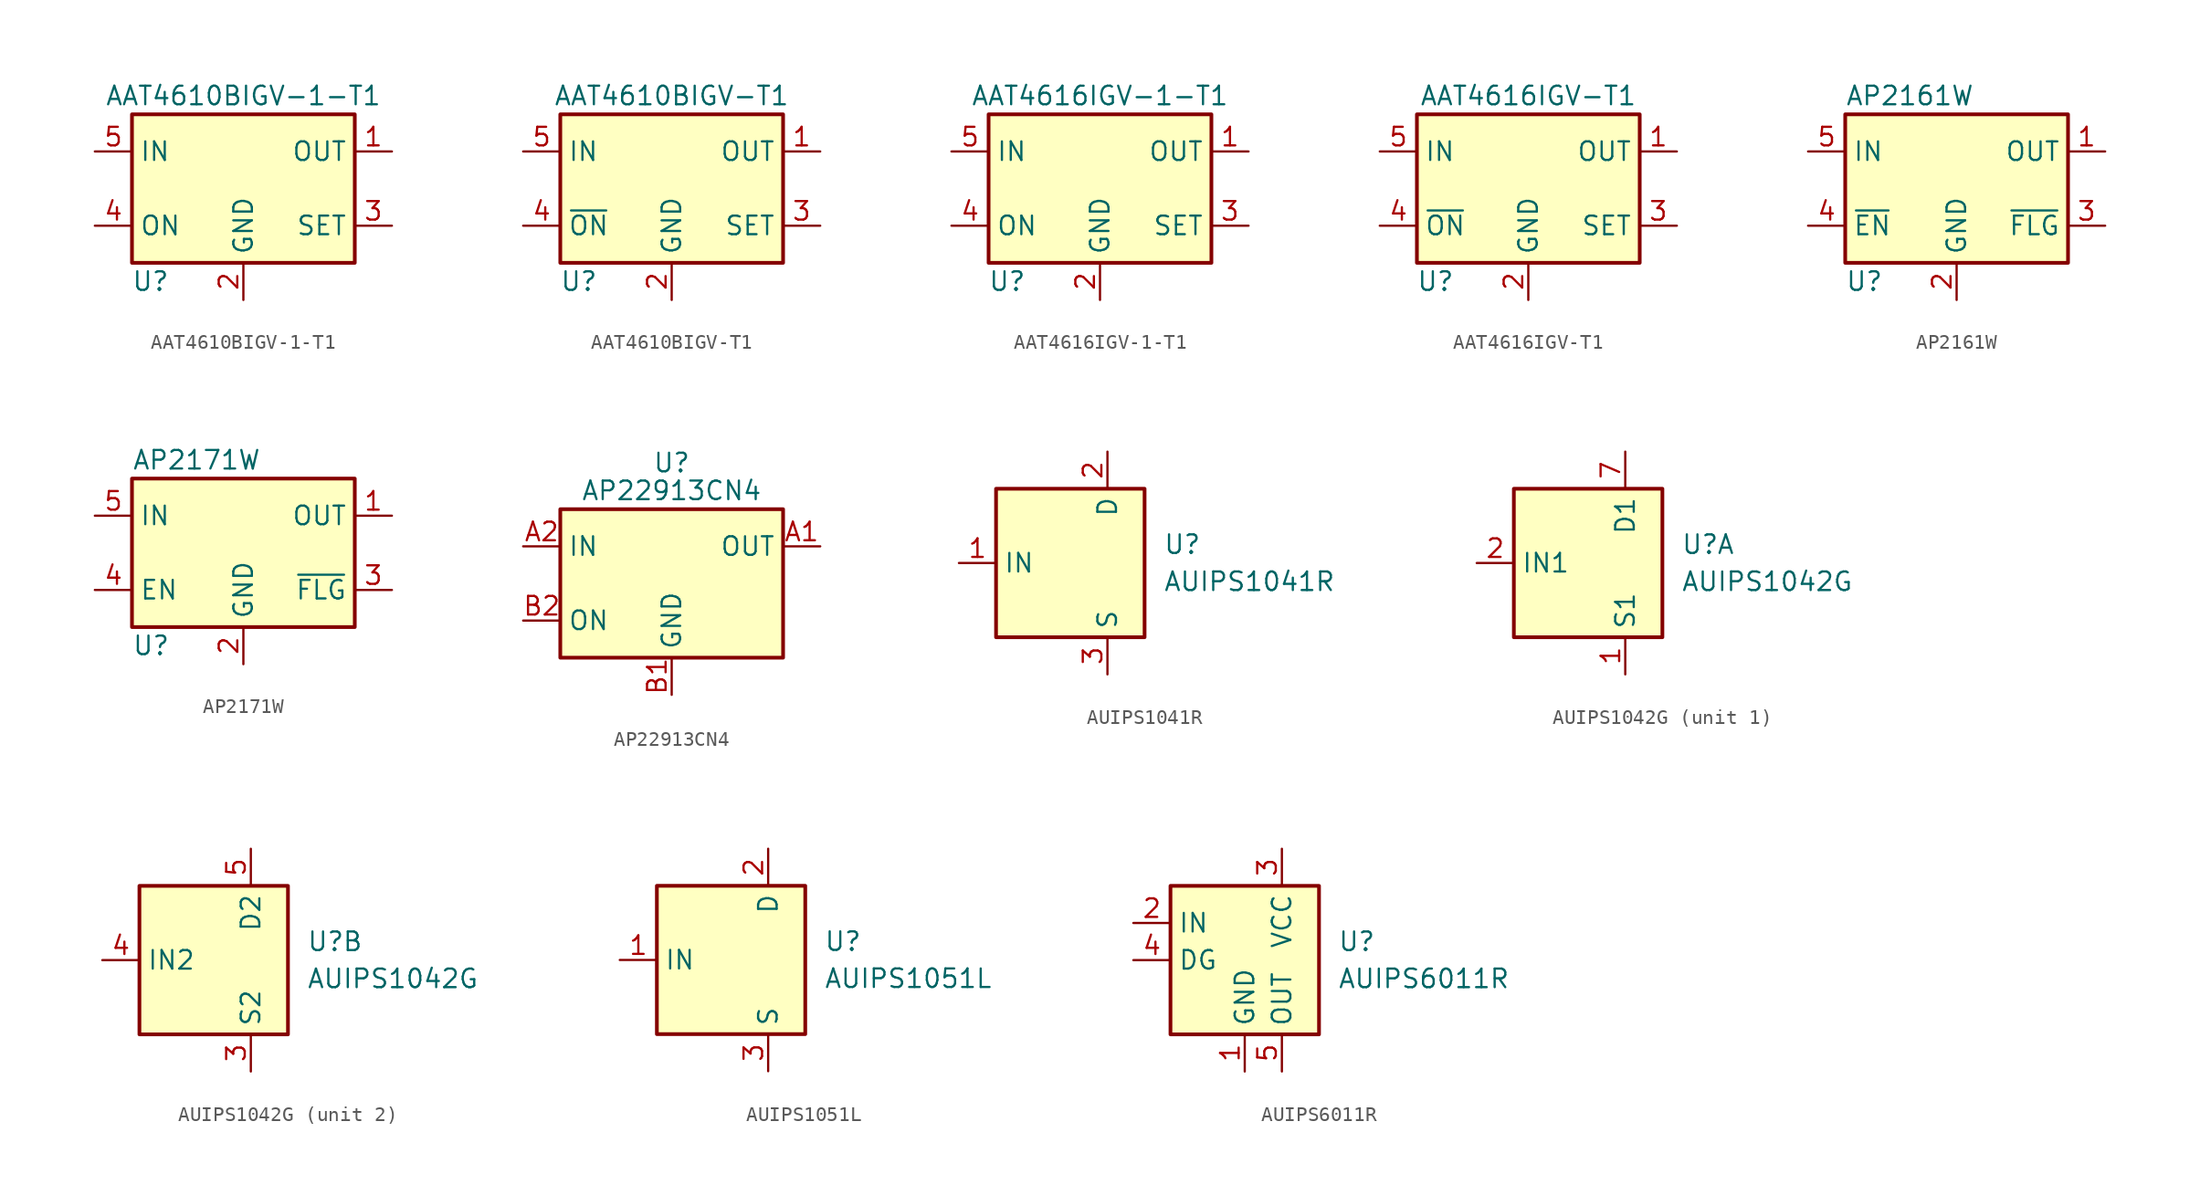
<source format=kicad_sym>
(kicad_symbol_lib
  (version 20201005)
  (generator kicad_symbol_editor)
  (symbol "Power_Management:AAT4610BIGV-1-T1"
    (property "Reference" "U"
      (at -6.35 -6.35 0)
      (effects (font (size 1.27 1.27))))
    (property "Value" "AAT4610BIGV-1-T1"
      (at 0 6.35 0)
      (effects (font (size 1.27 1.27))))
    (symbol "AAT4610BIGV-1-T1_0_1"
      (rectangle (start -7.62 5.08) (end 7.62 -5.08) (stroke (width 0.254)) (fill (type background))))
    (symbol "AAT4610BIGV-1-T1_1_1"
      (pin power_out line (at 10.16 2.54 180) (length 2.54) (name "OUT" (effects (font (size 1.27 1.27)))) (number "1" (effects (font (size 1.27 1.27)))))
      (pin power_in line (at 0 -7.62 90) (length 2.54) (name "GND" (effects (font (size 1.27 1.27)))) (number "2" (effects (font (size 1.27 1.27)))))
      (pin passive line (at 10.16 -2.54 180) (length 2.54) (name "SET" (effects (font (size 1.27 1.27)))) (number "3" (effects (font (size 1.27 1.27)))))
      (pin input line (at -10.16 -2.54 0) (length 2.54) (name "ON" (effects (font (size 1.27 1.27)))) (number "4" (effects (font (size 1.27 1.27)))))
      (pin power_in line (at -10.16 2.54 0) (length 2.54) (name "IN" (effects (font (size 1.27 1.27)))) (number "5" (effects (font (size 1.27 1.27)))))))
  (symbol "Power_Management:AAT4610BIGV-T1"
    (property "Reference" "U"
      (at -6.35 -6.35 0)
      (effects (font (size 1.27 1.27))))
    (property "Value" "AAT4610BIGV-T1"
      (at 0 6.35 0)
      (effects (font (size 1.27 1.27))))
    (symbol "AAT4610BIGV-T1_0_1"
      (rectangle (start -7.62 5.08) (end 7.62 -5.08) (stroke (width 0.254)) (fill (type background))))
    (symbol "AAT4610BIGV-T1_1_1"
      (pin power_out line (at 10.16 2.54 180) (length 2.54) (name "OUT" (effects (font (size 1.27 1.27)))) (number "1" (effects (font (size 1.27 1.27)))))
      (pin power_in line (at 0 -7.62 90) (length 2.54) (name "GND" (effects (font (size 1.27 1.27)))) (number "2" (effects (font (size 1.27 1.27)))))
      (pin passive line (at 10.16 -2.54 180) (length 2.54) (name "SET" (effects (font (size 1.27 1.27)))) (number "3" (effects (font (size 1.27 1.27)))))
      (pin input line (at -10.16 -2.54 0) (length 2.54) (name "~ON" (effects (font (size 1.27 1.27)))) (number "4" (effects (font (size 1.27 1.27)))))
      (pin power_in line (at -10.16 2.54 0) (length 2.54) (name "IN" (effects (font (size 1.27 1.27)))) (number "5" (effects (font (size 1.27 1.27)))))))
  (symbol "Power_Management:AAT4616IGV-1-T1"
    (property "Reference" "U"
      (at -6.35 -6.35 0)
      (effects (font (size 1.27 1.27))))
    (property "Value" "AAT4616IGV-1-T1"
      (at 0 6.35 0)
      (effects (font (size 1.27 1.27))))
    (symbol "AAT4616IGV-1-T1_0_1"
      (rectangle (start -7.62 5.08) (end 7.62 -5.08) (stroke (width 0.254)) (fill (type background))))
    (symbol "AAT4616IGV-1-T1_1_1"
      (pin power_out line (at 10.16 2.54 180) (length 2.54) (name "OUT" (effects (font (size 1.27 1.27)))) (number "1" (effects (font (size 1.27 1.27)))))
      (pin power_in line (at 0 -7.62 90) (length 2.54) (name "GND" (effects (font (size 1.27 1.27)))) (number "2" (effects (font (size 1.27 1.27)))))
      (pin passive line (at 10.16 -2.54 180) (length 2.54) (name "SET" (effects (font (size 1.27 1.27)))) (number "3" (effects (font (size 1.27 1.27)))))
      (pin input line (at -10.16 -2.54 0) (length 2.54) (name "ON" (effects (font (size 1.27 1.27)))) (number "4" (effects (font (size 1.27 1.27)))))
      (pin power_in line (at -10.16 2.54 0) (length 2.54) (name "IN" (effects (font (size 1.27 1.27)))) (number "5" (effects (font (size 1.27 1.27)))))))
  (symbol "Power_Management:AAT4616IGV-T1"
    (property "Reference" "U"
      (at -6.35 -6.35 0)
      (effects (font (size 1.27 1.27))))
    (property "Value" "AAT4616IGV-T1"
      (at 0 6.35 0)
      (effects (font (size 1.27 1.27))))
    (symbol "AAT4616IGV-T1_0_1"
      (rectangle (start -7.62 5.08) (end 7.62 -5.08) (stroke (width 0.254)) (fill (type background))))
    (symbol "AAT4616IGV-T1_1_1"
      (pin power_out line (at 10.16 2.54 180) (length 2.54) (name "OUT" (effects (font (size 1.27 1.27)))) (number "1" (effects (font (size 1.27 1.27)))))
      (pin power_in line (at 0 -7.62 90) (length 2.54) (name "GND" (effects (font (size 1.27 1.27)))) (number "2" (effects (font (size 1.27 1.27)))))
      (pin passive line (at 10.16 -2.54 180) (length 2.54) (name "SET" (effects (font (size 1.27 1.27)))) (number "3" (effects (font (size 1.27 1.27)))))
      (pin input line (at -10.16 -2.54 0) (length 2.54) (name "~ON" (effects (font (size 1.27 1.27)))) (number "4" (effects (font (size 1.27 1.27)))))
      (pin power_in line (at -10.16 2.54 0) (length 2.54) (name "IN" (effects (font (size 1.27 1.27)))) (number "5" (effects (font (size 1.27 1.27)))))))
  (symbol "Power_Management:AP2161W"
    (property "Reference" "U"
      (at -7.62 -6.35 0)
      (effects (font (size 1.27 1.27)) (justify left)))
    (property "Value" "AP2161W"
      (at -7.62 6.35 0)
      (effects (font (size 1.27 1.27)) (justify left)))
    (symbol "AP2161W_0_1"
      (rectangle (start -7.62 5.08) (end 7.62 -5.08) (stroke (width 0.254)) (fill (type background))))
    (symbol "AP2161W_1_1"
      (pin power_out line (at 10.16 2.54 180) (length 2.54) (name "OUT" (effects (font (size 1.27 1.27)))) (number "1" (effects (font (size 1.27 1.27)))))
      (pin power_in line (at 0 -7.62 90) (length 2.54) (name "GND" (effects (font (size 1.27 1.27)))) (number "2" (effects (font (size 1.27 1.27)))))
      (pin open_collector line (at 10.16 -2.54 180) (length 2.54) (name "~FLG" (effects (font (size 1.27 1.27)))) (number "3" (effects (font (size 1.27 1.27)))))
      (pin input line (at -10.16 -2.54 0) (length 2.54) (name "~EN" (effects (font (size 1.27 1.27)))) (number "4" (effects (font (size 1.27 1.27)))))
      (pin power_in line (at -10.16 2.54 0) (length 2.54) (name "IN" (effects (font (size 1.27 1.27)))) (number "5" (effects (font (size 1.27 1.27)))))))
  (symbol "Power_Management:AP2171W"
    (property "Reference" "U"
      (at -7.62 -6.35 0)
      (effects (font (size 1.27 1.27)) (justify left)))
    (property "Value" "AP2171W"
      (at -7.62 6.35 0)
      (effects (font (size 1.27 1.27)) (justify left)))
    (symbol "AP2171W_0_1"
      (rectangle (start -7.62 5.08) (end 7.62 -5.08) (stroke (width 0.254)) (fill (type background))))
    (symbol "AP2171W_1_1"
      (pin power_out line (at 10.16 2.54 180) (length 2.54) (name "OUT" (effects (font (size 1.27 1.27)))) (number "1" (effects (font (size 1.27 1.27)))))
      (pin power_in line (at 0 -7.62 90) (length 2.54) (name "GND" (effects (font (size 1.27 1.27)))) (number "2" (effects (font (size 1.27 1.27)))))
      (pin open_collector line (at 10.16 -2.54 180) (length 2.54) (name "~FLG" (effects (font (size 1.27 1.27)))) (number "3" (effects (font (size 1.27 1.27)))))
      (pin input line (at -10.16 -2.54 0) (length 2.54) (name "EN" (effects (font (size 1.27 1.27)))) (number "4" (effects (font (size 1.27 1.27)))))
      (pin power_in line (at -10.16 2.54 0) (length 2.54) (name "IN" (effects (font (size 1.27 1.27)))) (number "5" (effects (font (size 1.27 1.27)))))))
  (symbol "Power_Management:AP22913CN4"
    (property "Reference" "U"
      (at 0 8.255 0)
      (effects (font (size 1.27 1.27))))
    (property "Value" "AP22913CN4"
      (at 0 6.35 0)
      (effects (font (size 1.27 1.27))))
    (symbol "AP22913CN4_0_1"
      (rectangle (start -7.62 5.08) (end 7.62 -5.08) (stroke (width 0.254)) (fill (type background))))
    (symbol "AP22913CN4_1_1"
      (pin power_out line (at 10.16 2.54 180) (length 2.54) (name "OUT" (effects (font (size 1.27 1.27)))) (number "A1" (effects (font (size 1.27 1.27)))))
      (pin power_in line (at -10.16 2.54 0) (length 2.54) (name "IN" (effects (font (size 1.27 1.27)))) (number "A2" (effects (font (size 1.27 1.27)))))
      (pin power_in line (at 0 -7.62 90) (length 2.54) (name "GND" (effects (font (size 1.27 1.27)))) (number "B1" (effects (font (size 1.27 1.27)))))
      (pin input line (at -10.16 -2.54 0) (length 2.54) (name "ON" (effects (font (size 1.27 1.27)))) (number "B2" (effects (font (size 1.27 1.27)))))))
  (symbol "Power_Management:AUIPS1041R"
    (property "Reference" "U"
      (at 3.81 1.27 0)
      (effects (font (size 1.27 1.27)) (justify left)))
    (property "Value" "AUIPS1041R"
      (at 3.81 -1.27 0)
      (effects (font (size 1.27 1.27)) (justify left)))
    (symbol "AUIPS1041R_0_1"
      (rectangle (start -7.62 5.08) (end 2.54 -5.08) (stroke (width 0.254)) (fill (type background))))
    (symbol "AUIPS1041R_1_1"
      (pin input line (at -10.16 0 0) (length 2.54) (name "IN" (effects (font (size 1.27 1.27)))) (number "1" (effects (font (size 1.27 1.27)))))
      (pin passive line (at 0 7.62 270) (length 2.54) (name "D" (effects (font (size 1.27 1.27)))) (number "2" (effects (font (size 1.27 1.27)))))
      (pin power_in line (at 0 -7.62 90) (length 2.54) (name "S" (effects (font (size 1.27 1.27)))) (number "3" (effects (font (size 1.27 1.27)))))))
  (symbol "Power_Management:AUIPS1042G"
    (property "Reference" "U"
      (at 3.81 1.27 0)
      (effects (font (size 1.27 1.27)) (justify left)))
    (property "Value" "AUIPS1042G"
      (at 3.81 -1.27 0)
      (effects (font (size 1.27 1.27)) (justify left)))
    (symbol "AUIPS1042G_0_1"
      (rectangle (start -7.62 5.08) (end 2.54 -5.08) (stroke (width 0.254)) (fill (type background))))
    (symbol "AUIPS1042G_1_1"
      (pin power_in line (at 0 -7.62 90) (length 2.54) (name "S1" (effects (font (size 1.27 1.27)))) (number "1" (effects (font (size 1.27 1.27)))))
      (pin input line (at -10.16 0 0) (length 2.54) (name "IN1" (effects (font (size 1.27 1.27)))) (number "2" (effects (font (size 1.27 1.27)))))
      (pin passive line (at 0 7.62 270) (length 2.54) (name "D1" (effects (font (size 1.27 1.27)))) (number "7" (effects (font (size 1.27 1.27)))))
      (pin passive line (at 0 7.62 270) (length 2.54) hide (name "D1" (effects (font (size 1.27 1.27)))) (number "8" (effects (font (size 1.27 1.27))))))
    (symbol "AUIPS1042G_2_1"
      (pin power_in line (at 0 -7.62 90) (length 2.54) (name "S2" (effects (font (size 1.27 1.27)))) (number "3" (effects (font (size 1.27 1.27)))))
      (pin input line (at -10.16 0 0) (length 2.54) (name "IN2" (effects (font (size 1.27 1.27)))) (number "4" (effects (font (size 1.27 1.27)))))
      (pin passive line (at 0 7.62 270) (length 2.54) (name "D2" (effects (font (size 1.27 1.27)))) (number "5" (effects (font (size 1.27 1.27)))))
      (pin passive line (at 0 7.62 270) (length 2.54) hide (name "D2" (effects (font (size 1.27 1.27)))) (number "6" (effects (font (size 1.27 1.27)))))))
  (symbol "Power_Management:AUIPS1051L"
    (property "Reference" "U"
      (at 3.81 1.27 0)
      (effects (font (size 1.27 1.27)) (justify left)))
    (property "Value" "AUIPS1051L"
      (at 3.81 -1.27 0)
      (effects (font (size 1.27 1.27)) (justify left)))
    (symbol "AUIPS1051L_0_1"
      (rectangle (start -7.62 5.08) (end 2.54 -5.08) (stroke (width 0.254)) (fill (type background))))
    (symbol "AUIPS1051L_1_1"
      (pin input line (at -10.16 0 0) (length 2.54) (name "IN" (effects (font (size 1.27 1.27)))) (number "1" (effects (font (size 1.27 1.27)))))
      (pin passive line (at 0 7.62 270) (length 2.54) (name "D" (effects (font (size 1.27 1.27)))) (number "2" (effects (font (size 1.27 1.27)))))
      (pin power_in line (at 0 -7.62 90) (length 2.54) (name "S" (effects (font (size 1.27 1.27)))) (number "3" (effects (font (size 1.27 1.27)))))))
  (symbol "Power_Management:AUIPS6011R"
    (property "Reference" "U"
      (at 3.81 1.27 0)
      (effects (font (size 1.27 1.27)) (justify left)))
    (property "Value" "AUIPS6011R"
      (at 3.81 -1.27 0)
      (effects (font (size 1.27 1.27)) (justify left)))
    (symbol "AUIPS6011R_0_1"
      (rectangle (start -7.62 5.08) (end 2.54 -5.08) (stroke (width 0.254)) (fill (type background))))
    (symbol "AUIPS6011R_1_1"
      (pin power_in line (at -2.54 -7.62 90) (length 2.54) (name "GND" (effects (font (size 1.27 1.27)))) (number "1" (effects (font (size 1.27 1.27)))))
      (pin input line (at -10.16 2.54 0) (length 2.54) (name "IN" (effects (font (size 1.27 1.27)))) (number "2" (effects (font (size 1.27 1.27)))))
      (pin power_in line (at 0 7.62 270) (length 2.54) (name "VCC" (effects (font (size 1.27 1.27)))) (number "3" (effects (font (size 1.27 1.27)))))
      (pin open_collector line (at -10.16 0 0) (length 2.54) (name "DG" (effects (font (size 1.27 1.27)))) (number "4" (effects (font (size 1.27 1.27)))))
      (pin power_out line (at 0 -7.62 90) (length 2.54) (name "OUT" (effects (font (size 1.27 1.27)))) (number "5" (effects (font (size 1.27 1.27))))))))
</source>
